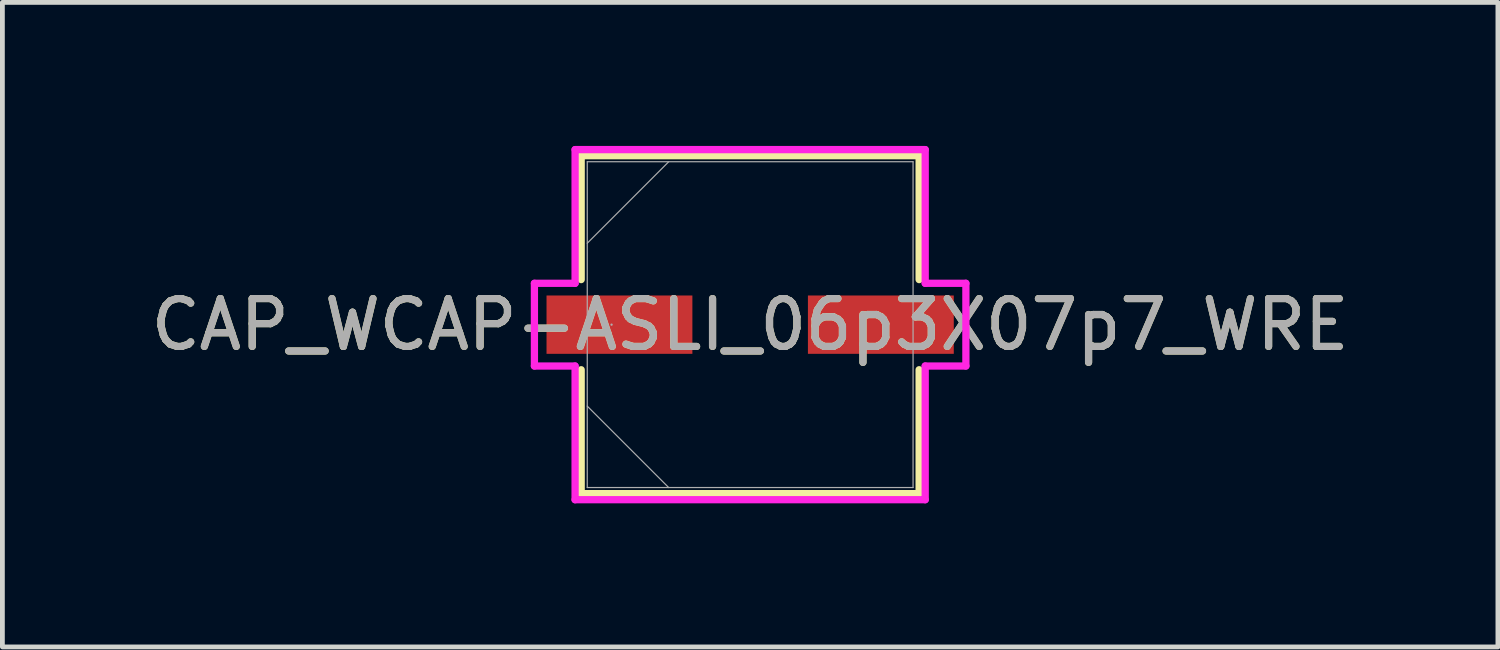
<source format=kicad_pcb>
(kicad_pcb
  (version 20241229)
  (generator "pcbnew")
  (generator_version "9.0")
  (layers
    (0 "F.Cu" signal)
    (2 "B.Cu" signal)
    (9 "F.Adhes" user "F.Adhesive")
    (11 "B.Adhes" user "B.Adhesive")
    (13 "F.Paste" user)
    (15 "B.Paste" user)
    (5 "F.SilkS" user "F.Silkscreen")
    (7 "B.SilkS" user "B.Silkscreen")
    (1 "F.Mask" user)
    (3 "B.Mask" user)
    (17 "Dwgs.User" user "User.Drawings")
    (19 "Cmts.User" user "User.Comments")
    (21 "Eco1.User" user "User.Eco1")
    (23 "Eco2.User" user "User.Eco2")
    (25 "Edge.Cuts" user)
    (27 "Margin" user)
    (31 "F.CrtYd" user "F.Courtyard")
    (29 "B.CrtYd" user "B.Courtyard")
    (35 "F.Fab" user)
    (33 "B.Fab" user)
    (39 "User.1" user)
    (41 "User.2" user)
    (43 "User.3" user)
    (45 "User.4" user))
  (footprint "CAP_WCAP-ASLI_06p3X07p7_WRE"
    (layer "F.Cu")
    (at 12.625 3.734)
    (property "Reference" "CAP_WCAP-ASLI_06p3X07p7_WRE" (at 0 0 0) (unlocked yes) (layer "F.SilkS") (effects (font (size 1 1) (thickness 0.15))))
    (attr smd)
    (fp_line (start -3.531 -3.531) (end -3.531 -0.942) (stroke (width 0.152) (type solid)) (layer "F.SilkS"))
    (fp_line (start -3.531 0.942) (end -3.531 3.531) (stroke (width 0.152) (type solid)) (layer "F.SilkS"))
    (fp_line (start -3.531 3.531) (end 3.531 3.531) (stroke (width 0.152) (type solid)) (layer "F.SilkS"))
    (fp_line (start 3.531 -3.531) (end -3.531 -3.531) (stroke (width 0.152) (type solid)) (layer "F.SilkS"))
    (fp_line (start 3.531 -0.942) (end 3.531 -3.531) (stroke (width 0.152) (type solid)) (layer "F.SilkS"))
    (fp_line (start 3.531 3.531) (end 3.531 0.942) (stroke (width 0.152) (type solid)) (layer "F.SilkS"))
    (fp_line (start -4.508 -0.864) (end -3.658 -0.864) (stroke (width 0.152) (type solid)) (layer "F.CrtYd"))
    (fp_line (start -4.508 0.864) (end -4.508 -0.864) (stroke (width 0.152) (type solid)) (layer "F.CrtYd"))
    (fp_line (start -3.658 -3.658) (end 3.658 -3.658) (stroke (width 0.152) (type solid)) (layer "F.CrtYd"))
    (fp_line (start -3.658 -0.864) (end -3.658 -3.658) (stroke (width 0.152) (type solid)) (layer "F.CrtYd"))
    (fp_line (start -3.658 0.864) (end -4.508 0.864) (stroke (width 0.152) (type solid)) (layer "F.CrtYd"))
    (fp_line (start -3.658 3.658) (end -3.658 0.864) (stroke (width 0.152) (type solid)) (layer "F.CrtYd"))
    (fp_line (start 3.658 -3.658) (end 3.658 -0.864) (stroke (width 0.152) (type solid)) (layer "F.CrtYd"))
    (fp_line (start 3.658 -0.864) (end 4.508 -0.864) (stroke (width 0.152) (type solid)) (layer "F.CrtYd"))
    (fp_line (start 3.658 0.864) (end 3.658 3.658) (stroke (width 0.152) (type solid)) (layer "F.CrtYd"))
    (fp_line (start 3.658 3.658) (end -3.658 3.658) (stroke (width 0.152) (type solid)) (layer "F.CrtYd"))
    (fp_line (start 4.508 -0.864) (end 4.508 0.864) (stroke (width 0.152) (type solid)) (layer "F.CrtYd"))
    (fp_line (start 4.508 0.864) (end 3.658 0.864) (stroke (width 0.152) (type solid)) (layer "F.CrtYd"))
    (fp_line (start -3.404 -3.404) (end -3.404 3.404) (stroke (width 0.025) (type solid)) (layer "F.Fab"))
    (fp_line (start -3.404 -1.702) (end -1.702 -3.404) (stroke (width 0.025) (type solid)) (layer "F.Fab"))
    (fp_line (start -3.404 1.702) (end -1.702 3.404) (stroke (width 0.025) (type solid)) (layer "F.Fab"))
    (fp_line (start -3.404 3.404) (end 3.404 3.404) (stroke (width 0.025) (type solid)) (layer "F.Fab"))
    (fp_line (start 3.404 -3.404) (end -3.404 -3.404) (stroke (width 0.025) (type solid)) (layer "F.Fab"))
    (fp_line (start 3.404 3.404) (end 3.404 -3.404) (stroke (width 0.025) (type solid)) (layer "F.Fab"))
    (fp_circle (center -2.896 0) (end -2.896 0) (stroke (width 0.025) (type solid)) (fill no) (layer "F.Fab"))
    (fp_text user "${REFERENCE}" (at 0 0 0) (unlocked yes) (layer "F.Fab") (effects (font (size 1 1) (thickness 0.15))))
    (pad "1" smd rect (at -2.731 0) (size 3.048 1.219) (layers "F.Cu" "F.Mask" "F.Paste"))
    (pad "2" smd rect (at 2.731 0) (size 3.048 1.219) (layers "F.Cu" "F.Mask" "F.Paste")))
  (gr_rect
    (start -3 -3)
    (end 28.25 10.468)
    (stroke (width 0.1) (type default))
    (fill no)
    (layer "Edge.Cuts")))
</source>
